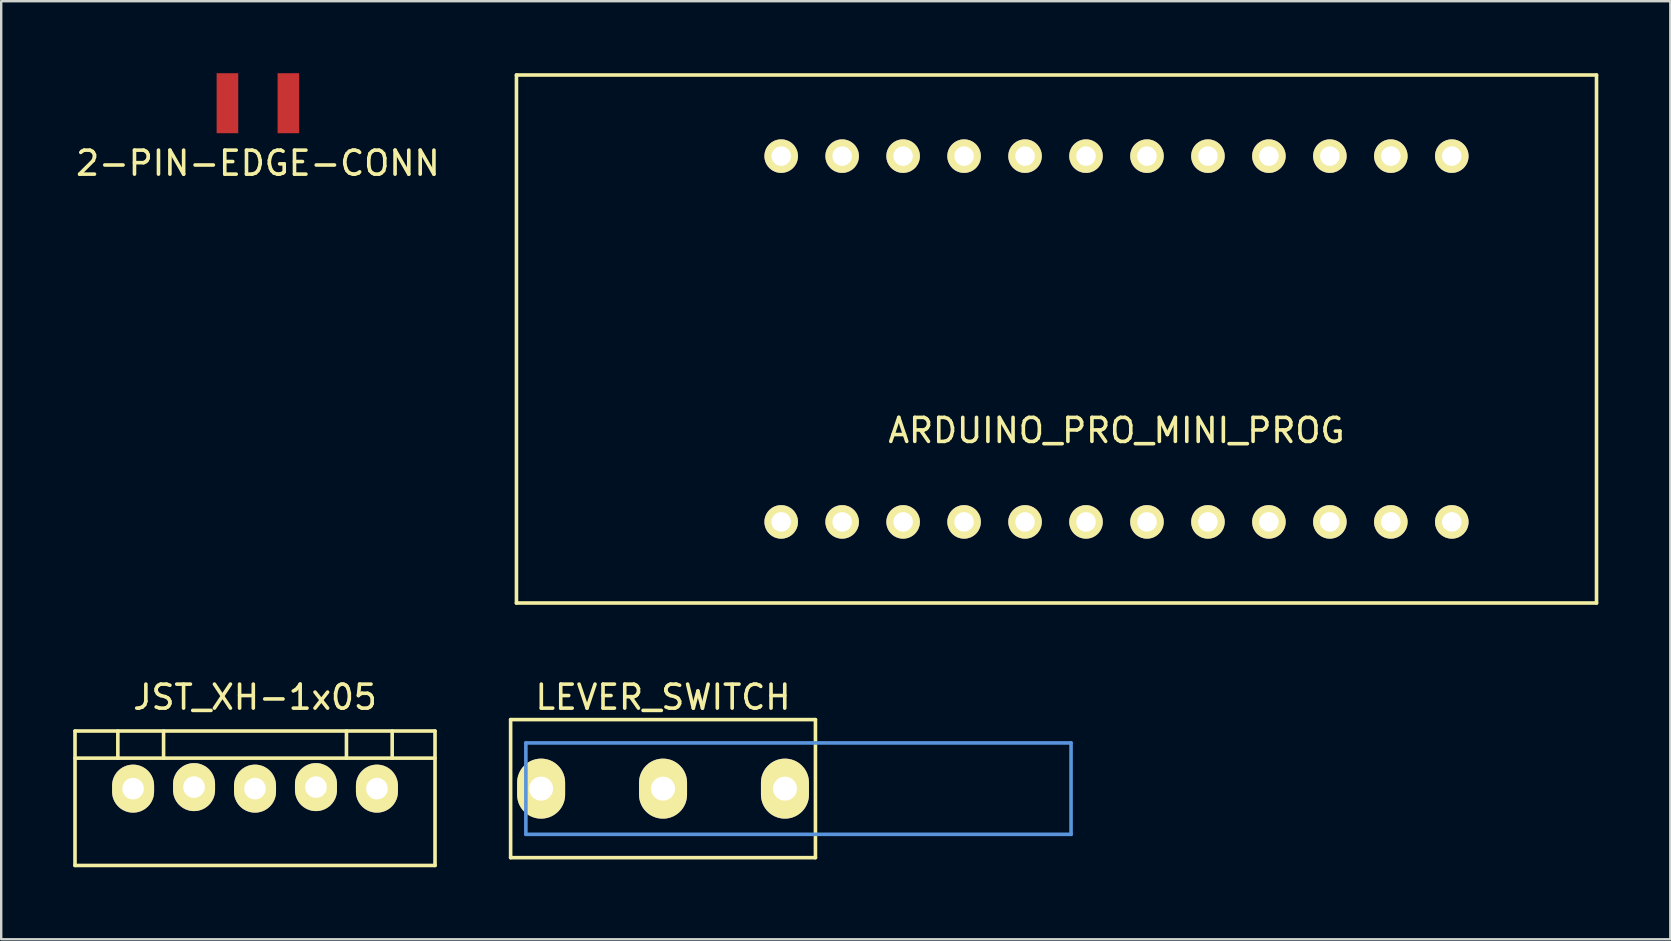
<source format=kicad_pcb>
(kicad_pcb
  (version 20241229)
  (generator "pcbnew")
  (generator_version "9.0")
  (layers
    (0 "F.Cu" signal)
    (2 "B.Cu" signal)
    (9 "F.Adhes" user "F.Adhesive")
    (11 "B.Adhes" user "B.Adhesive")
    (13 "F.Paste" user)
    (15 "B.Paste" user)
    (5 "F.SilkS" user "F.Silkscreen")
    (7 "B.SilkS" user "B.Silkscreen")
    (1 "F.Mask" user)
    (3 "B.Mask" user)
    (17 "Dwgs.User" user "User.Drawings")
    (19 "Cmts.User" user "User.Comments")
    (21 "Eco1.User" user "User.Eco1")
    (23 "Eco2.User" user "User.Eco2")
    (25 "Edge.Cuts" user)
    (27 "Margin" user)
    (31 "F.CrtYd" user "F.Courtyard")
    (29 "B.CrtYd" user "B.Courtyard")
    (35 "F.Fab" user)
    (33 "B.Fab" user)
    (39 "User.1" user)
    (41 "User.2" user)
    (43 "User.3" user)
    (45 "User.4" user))
  (footprint "2-PIN-EDGE-CONN"
    (layer "F.Cu")
    (at 7.696 1.25)
    (property "Reference" "2-PIN-EDGE-CONN" (at 0 2.5 0) (layer "F.SilkS") (effects (font (size 1 1) (thickness 0.15))))
    (attr exclude_from_pos_files exclude_from_bom)
    (pad "1" smd rect (at -1.27 0) (size 0.9 2.5) (layers "F.Cu" "F.Mask" "F.Paste"))
    (pad "2" smd rect (at 1.27 0) (size 0.9 2.5) (layers "F.Cu" "F.Mask" "F.Paste")))
  (footprint "JST_XH-1x05"
    (layer "F.Cu")
    (at 7.575 29.808)
    (property "Reference" "JST_XH-1x05" (at 0 -3.81 0) (layer "F.SilkS") (effects (font (size 1 1) (thickness 0.15))))
    (attr through_hole)
    (fp_line (start -7.5 -2.4) (end -7.5 3.2) (stroke (width 0.15) (type solid)) (layer "F.SilkS"))
    (fp_line (start -7.5 -1.27) (end 7.5 -1.27) (stroke (width 0.15) (type solid)) (layer "F.SilkS"))
    (fp_line (start -7.5 3.2) (end 7.5 3.2) (stroke (width 0.15) (type solid)) (layer "F.SilkS"))
    (fp_line (start -5.715 -2.4) (end -5.715 -1.27) (stroke (width 0.15) (type solid)) (layer "F.SilkS"))
    (fp_line (start -3.81 -2.4) (end -3.81 -1.27) (stroke (width 0.15) (type solid)) (layer "F.SilkS"))
    (fp_line (start 3.81 -2.4) (end 3.81 -1.27) (stroke (width 0.15) (type solid)) (layer "F.SilkS"))
    (fp_line (start 5.715 -2.4) (end 5.715 -1.27) (stroke (width 0.15) (type solid)) (layer "F.SilkS"))
    (fp_line (start 7.5 -2.4) (end -7.5 -2.4) (stroke (width 0.15) (type solid)) (layer "F.SilkS"))
    (fp_line (start 7.5 3.2) (end 7.5 -2.4) (stroke (width 0.15) (type solid)) (layer "F.SilkS"))
    (pad "1" thru_hole oval (at -5.08 0) (size 1.75 2) (drill 0.9) (layers "*.Cu" "*.Mask" "F.SilkS"))
    (pad "2" thru_hole oval (at -2.54 -0.064) (size 1.75 2) (drill 0.9) (layers "*.Cu" "*.Mask" "F.SilkS"))
    (pad "3" thru_hole oval (at 0 0) (size 1.75 2) (drill 0.9) (layers "*.Cu" "*.Mask" "F.SilkS"))
    (pad "4" thru_hole oval (at 2.54 -0.064) (size 1.75 2) (drill 0.9) (layers "*.Cu" "*.Mask" "F.SilkS"))
    (pad "5" thru_hole oval (at 5.08 0) (size 1.75 2) (drill 0.9) (layers "*.Cu" "*.Mask" "F.SilkS")))
  (footprint "LEVER_SWITCH"
    (layer "F.Cu")
    (at 24.575 29.808)
    (property "Reference" "LEVER_SWITCH" (at 0 -3.81 0) (layer "F.SilkS") (effects (font (size 1 1) (thickness 0.15))))
    (attr through_hole)
    (fp_line (start -6.35 -2.875) (end -6.35 2.875) (stroke (width 0.15) (type solid)) (layer "F.SilkS"))
    (fp_line (start 6.35 -2.875) (end -6.35 -2.875) (stroke (width 0.15) (type solid)) (layer "F.SilkS"))
    (fp_line (start 6.35 -2.875) (end 6.35 2.875) (stroke (width 0.15) (type solid)) (layer "F.SilkS"))
    (fp_line (start 6.35 2.875) (end -6.35 2.875) (stroke (width 0.15) (type solid)) (layer "F.SilkS"))
    (fp_line (start -5.715 -1.905) (end -5.715 1.905) (stroke (width 0.15) (type solid)) (layer "Cmts.User"))
    (fp_line (start -5.715 1.905) (end 17 1.905) (stroke (width 0.15) (type solid)) (layer "Cmts.User"))
    (fp_line (start 17 -1.905) (end -5.715 -1.905) (stroke (width 0.15) (type solid)) (layer "Cmts.User"))
    (fp_line (start 17 1.905) (end 17 -1.905) (stroke (width 0.15) (type solid)) (layer "Cmts.User"))
    (pad "1" thru_hole oval (at 0 0) (size 2 2.5) (drill 1) (layers "*.Cu" "*.Mask" "F.SilkS"))
    (pad "2" thru_hole oval (at -5.08 0) (size 2 2.5) (drill 1) (layers "*.Cu" "*.Mask" "F.SilkS"))
    (pad "3" thru_hole oval (at 5.08 0) (size 2 2.5) (drill 1) (layers "*.Cu" "*.Mask" "F.SilkS")))
  (footprint "ARDUINO_PRO_MINI_PROG"
    (layer "F.Cu")
    (at 43.468 11.075)
    (property "Reference" "ARDUINO_PRO_MINI_PROG" (at 0 3.81 0) (layer "F.SilkS") (effects (font (size 1 1) (thickness 0.15))))
    (attr through_hole)
    (fp_line (start -25 -11) (end -25 11) (stroke (width 0.15) (type solid)) (layer "F.SilkS"))
    (fp_line (start -25 -11) (end 20 -11) (stroke (width 0.15) (type solid)) (layer "F.SilkS"))
    (fp_line (start -25 11) (end 20 11) (stroke (width 0.15) (type solid)) (layer "F.SilkS"))
    (fp_line (start 20 11) (end 20 -11) (stroke (width 0.15) (type solid)) (layer "F.SilkS"))
    (pad "1" thru_hole circle (at -13.97 7.62) (size 1.397 1.397) (drill 0.813) (layers "*.Cu" "*.Mask" "F.SilkS"))
    (pad "2" thru_hole circle (at -11.43 7.62) (size 1.397 1.397) (drill 0.813) (layers "*.Cu" "*.Mask" "F.SilkS"))
    (pad "3" thru_hole circle (at -8.89 7.62) (size 1.397 1.397) (drill 0.813) (layers "*.Cu" "*.Mask" "F.SilkS"))
    (pad "4" thru_hole circle (at -6.35 7.62) (size 1.397 1.397) (drill 0.813) (layers "*.Cu" "*.Mask" "F.SilkS"))
    (pad "5" thru_hole circle (at -3.81 7.62) (size 1.397 1.397) (drill 0.813) (layers "*.Cu" "*.Mask" "F.SilkS"))
    (pad "6" thru_hole circle (at -1.27 7.62) (size 1.397 1.397) (drill 0.813) (layers "*.Cu" "*.Mask" "F.SilkS"))
    (pad "7" thru_hole circle (at 1.27 7.62) (size 1.397 1.397) (drill 0.813) (layers "*.Cu" "*.Mask" "F.SilkS"))
    (pad "8" thru_hole circle (at 3.81 7.62) (size 1.397 1.397) (drill 0.813) (layers "*.Cu" "*.Mask" "F.SilkS"))
    (pad "9" thru_hole circle (at 6.35 7.62) (size 1.397 1.397) (drill 0.813) (layers "*.Cu" "*.Mask" "F.SilkS"))
    (pad "10" thru_hole circle (at 8.89 7.62) (size 1.397 1.397) (drill 0.813) (layers "*.Cu" "*.Mask" "F.SilkS"))
    (pad "11" thru_hole circle (at 11.43 7.62) (size 1.397 1.397) (drill 0.813) (layers "*.Cu" "*.Mask" "F.SilkS"))
    (pad "12" thru_hole circle (at 13.97 7.62) (size 1.397 1.397) (drill 0.813) (layers "*.Cu" "*.Mask" "F.SilkS"))
    (pad "13" thru_hole circle (at 13.97 -7.62) (size 1.397 1.397) (drill 0.813) (layers "*.Cu" "*.Mask" "F.SilkS"))
    (pad "14" thru_hole circle (at 11.43 -7.62) (size 1.397 1.397) (drill 0.813) (layers "*.Cu" "*.Mask" "F.SilkS"))
    (pad "15" thru_hole circle (at 8.89 -7.62) (size 1.397 1.397) (drill 0.813) (layers "*.Cu" "*.Mask" "F.SilkS"))
    (pad "16" thru_hole circle (at 6.35 -7.62) (size 1.397 1.397) (drill 0.813) (layers "*.Cu" "*.Mask" "F.SilkS"))
    (pad "17" thru_hole circle (at 3.81 -7.62) (size 1.397 1.397) (drill 0.813) (layers "*.Cu" "*.Mask" "F.SilkS"))
    (pad "18" thru_hole circle (at 1.27 -7.62) (size 1.397 1.397) (drill 0.813) (layers "*.Cu" "*.Mask" "F.SilkS"))
    (pad "19" thru_hole circle (at -1.27 -7.62) (size 1.397 1.397) (drill 0.813) (layers "*.Cu" "*.Mask" "F.SilkS"))
    (pad "20" thru_hole circle (at -3.81 -7.62) (size 1.397 1.397) (drill 0.813) (layers "*.Cu" "*.Mask" "F.SilkS"))
    (pad "21" thru_hole circle (at -6.35 -7.62) (size 1.397 1.397) (drill 0.813) (layers "*.Cu" "*.Mask" "F.SilkS"))
    (pad "22" thru_hole circle (at -8.89 -7.62) (size 1.397 1.397) (drill 0.813) (layers "*.Cu" "*.Mask" "F.SilkS"))
    (pad "23" thru_hole circle (at -11.43 -7.62) (size 1.397 1.397) (drill 0.813) (layers "*.Cu" "*.Mask" "F.SilkS"))
    (pad "24" thru_hole circle (at -13.97 -7.62) (size 1.397 1.397) (drill 0.813) (layers "*.Cu" "*.Mask" "F.SilkS")))
  (gr_rect
    (start -3 -3)
    (end 66.543 36.083)
    (stroke (width 0.1) (type default))
    (fill no)
    (layer "Edge.Cuts")))
</source>
